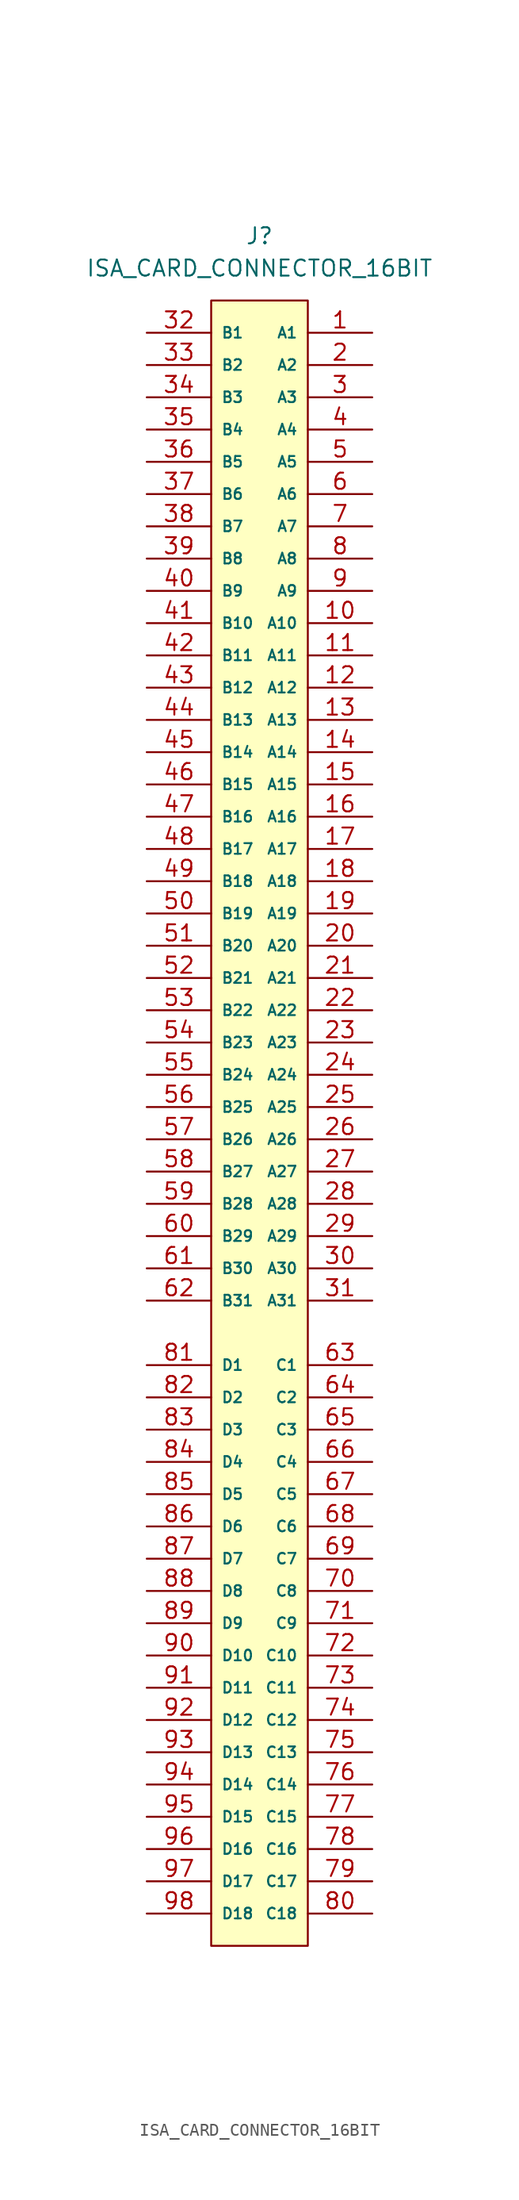
<source format=kicad_sym>
(kicad_symbol_lib
  (version 20241209)
  (generator "kicad_symbol_editor")
  (generator_version "9.0")
  (symbol "ISA_CARD_CONNECTOR_16BIT"
    (pin_names
      (offset 0.762))
    (property "Reference" "J"
      (at 0 5.08 0)
      (effects (font (size 1.27 1.27))))
    (property "Value" "ISA_CARD_CONNECTOR_16BIT"
      (at 0 2.54 0)
      (effects (font (size 1.27 1.27))))
    (symbol "ISA_CARD_CONNECTOR_16BIT_0_0"
      (pin passive line (at -8.89 -2.54 0) (length 5.08) (name "B1" (effects (font (size 0.838 0.838)))) (number "32" (effects (font (size 1.27 1.27)))))
      (pin passive line (at -8.89 -5.08 0) (length 5.08) (name "B2" (effects (font (size 0.838 0.838)))) (number "33" (effects (font (size 1.27 1.27)))))
      (pin passive line (at -8.89 -7.62 0) (length 5.08) (name "B3" (effects (font (size 0.838 0.838)))) (number "34" (effects (font (size 1.27 1.27)))))
      (pin passive line (at -8.89 -10.16 0) (length 5.08) (name "B4" (effects (font (size 0.838 0.838)))) (number "35" (effects (font (size 1.27 1.27)))))
      (pin passive line (at -8.89 -12.7 0) (length 5.08) (name "B5" (effects (font (size 0.838 0.838)))) (number "36" (effects (font (size 1.27 1.27)))))
      (pin passive line (at -8.89 -15.24 0) (length 5.08) (name "B6" (effects (font (size 0.838 0.838)))) (number "37" (effects (font (size 1.27 1.27)))))
      (pin passive line (at -8.89 -17.78 0) (length 5.08) (name "B7" (effects (font (size 0.838 0.838)))) (number "38" (effects (font (size 1.27 1.27)))))
      (pin passive line (at -8.89 -20.32 0) (length 5.08) (name "B8" (effects (font (size 0.838 0.838)))) (number "39" (effects (font (size 1.27 1.27)))))
      (pin passive line (at -8.89 -22.86 0) (length 5.08) (name "B9" (effects (font (size 0.838 0.838)))) (number "40" (effects (font (size 1.27 1.27)))))
      (pin passive line (at -8.89 -25.4 0) (length 5.08) (name "B10" (effects (font (size 0.838 0.838)))) (number "41" (effects (font (size 1.27 1.27)))))
      (pin passive line (at -8.89 -27.94 0) (length 5.08) (name "B11" (effects (font (size 0.838 0.838)))) (number "42" (effects (font (size 1.27 1.27)))))
      (pin passive line (at -8.89 -30.48 0) (length 5.08) (name "B12" (effects (font (size 0.838 0.838)))) (number "43" (effects (font (size 1.27 1.27)))))
      (pin passive line (at -8.89 -33.02 0) (length 5.08) (name "B13" (effects (font (size 0.838 0.838)))) (number "44" (effects (font (size 1.27 1.27)))))
      (pin passive line (at -8.89 -35.56 0) (length 5.08) (name "B14" (effects (font (size 0.838 0.838)))) (number "45" (effects (font (size 1.27 1.27)))))
      (pin passive line (at -8.89 -38.1 0) (length 5.08) (name "B15" (effects (font (size 0.838 0.838)))) (number "46" (effects (font (size 1.27 1.27)))))
      (pin passive line (at -8.89 -40.64 0) (length 5.08) (name "B16" (effects (font (size 0.838 0.838)))) (number "47" (effects (font (size 1.27 1.27)))))
      (pin passive line (at -8.89 -43.18 0) (length 5.08) (name "B17" (effects (font (size 0.838 0.838)))) (number "48" (effects (font (size 1.27 1.27)))))
      (pin passive line (at -8.89 -45.72 0) (length 5.08) (name "B18" (effects (font (size 0.838 0.838)))) (number "49" (effects (font (size 1.27 1.27)))))
      (pin passive line (at -8.89 -48.26 0) (length 5.08) (name "B19" (effects (font (size 0.838 0.838)))) (number "50" (effects (font (size 1.27 1.27)))))
      (pin passive line (at -8.89 -50.8 0) (length 5.08) (name "B20" (effects (font (size 0.838 0.838)))) (number "51" (effects (font (size 1.27 1.27)))))
      (pin passive line (at -8.89 -53.34 0) (length 5.08) (name "B21" (effects (font (size 0.838 0.838)))) (number "52" (effects (font (size 1.27 1.27)))))
      (pin passive line (at -8.89 -55.88 0) (length 5.08) (name "B22" (effects (font (size 0.838 0.838)))) (number "53" (effects (font (size 1.27 1.27)))))
      (pin passive line (at -8.89 -58.42 0) (length 5.08) (name "B23" (effects (font (size 0.838 0.838)))) (number "54" (effects (font (size 1.27 1.27)))))
      (pin passive line (at -8.89 -60.96 0) (length 5.08) (name "B24" (effects (font (size 0.838 0.838)))) (number "55" (effects (font (size 1.27 1.27)))))
      (pin passive line (at -8.89 -63.5 0) (length 5.08) (name "B25" (effects (font (size 0.838 0.838)))) (number "56" (effects (font (size 1.27 1.27)))))
      (pin passive line (at -8.89 -66.04 0) (length 5.08) (name "B26" (effects (font (size 0.838 0.838)))) (number "57" (effects (font (size 1.27 1.27)))))
      (pin passive line (at -8.89 -68.58 0) (length 5.08) (name "B27" (effects (font (size 0.838 0.838)))) (number "58" (effects (font (size 1.27 1.27)))))
      (pin passive line (at -8.89 -71.12 0) (length 5.08) (name "B28" (effects (font (size 0.838 0.838)))) (number "59" (effects (font (size 1.27 1.27)))))
      (pin passive line (at -8.89 -73.66 0) (length 5.08) (name "B29" (effects (font (size 0.838 0.838)))) (number "60" (effects (font (size 1.27 1.27)))))
      (pin passive line (at -8.89 -76.2 0) (length 5.08) (name "B30" (effects (font (size 0.838 0.838)))) (number "61" (effects (font (size 1.27 1.27)))))
      (pin passive line (at -8.89 -78.74 0) (length 5.08) (name "B31" (effects (font (size 0.838 0.838)))) (number "62" (effects (font (size 1.27 1.27)))))
      (pin passive line (at 8.89 -2.54 180) (length 5.08) (name "A1" (effects (font (size 0.838 0.838)))) (number "1" (effects (font (size 1.27 1.27)))))
      (pin passive line (at 8.89 -5.08 180) (length 5.08) (name "A2" (effects (font (size 0.838 0.838)))) (number "2" (effects (font (size 1.27 1.27)))))
      (pin passive line (at 8.89 -7.62 180) (length 5.08) (name "A3" (effects (font (size 0.838 0.838)))) (number "3" (effects (font (size 1.27 1.27)))))
      (pin passive line (at 8.89 -10.16 180) (length 5.08) (name "A4" (effects (font (size 0.838 0.838)))) (number "4" (effects (font (size 1.27 1.27)))))
      (pin passive line (at 8.89 -12.7 180) (length 5.08) (name "A5" (effects (font (size 0.838 0.838)))) (number "5" (effects (font (size 1.27 1.27)))))
      (pin passive line (at 8.89 -15.24 180) (length 5.08) (name "A6" (effects (font (size 0.838 0.838)))) (number "6" (effects (font (size 1.27 1.27)))))
      (pin passive line (at 8.89 -17.78 180) (length 5.08) (name "A7" (effects (font (size 0.838 0.838)))) (number "7" (effects (font (size 1.27 1.27)))))
      (pin passive line (at 8.89 -20.32 180) (length 5.08) (name "A8" (effects (font (size 0.838 0.838)))) (number "8" (effects (font (size 1.27 1.27)))))
      (pin passive line (at 8.89 -22.86 180) (length 5.08) (name "A9" (effects (font (size 0.838 0.838)))) (number "9" (effects (font (size 1.27 1.27)))))
      (pin passive line (at 8.89 -25.4 180) (length 5.08) (name "A10" (effects (font (size 0.838 0.838)))) (number "10" (effects (font (size 1.27 1.27)))))
      (pin passive line (at 8.89 -27.94 180) (length 5.08) (name "A11" (effects (font (size 0.838 0.838)))) (number "11" (effects (font (size 1.27 1.27)))))
      (pin passive line (at 8.89 -30.48 180) (length 5.08) (name "A12" (effects (font (size 0.838 0.838)))) (number "12" (effects (font (size 1.27 1.27)))))
      (pin passive line (at 8.89 -33.02 180) (length 5.08) (name "A13" (effects (font (size 0.838 0.838)))) (number "13" (effects (font (size 1.27 1.27)))))
      (pin passive line (at 8.89 -35.56 180) (length 5.08) (name "A14" (effects (font (size 0.838 0.838)))) (number "14" (effects (font (size 1.27 1.27)))))
      (pin passive line (at 8.89 -38.1 180) (length 5.08) (name "A15" (effects (font (size 0.838 0.838)))) (number "15" (effects (font (size 1.27 1.27)))))
      (pin passive line (at 8.89 -40.64 180) (length 5.08) (name "A16" (effects (font (size 0.838 0.838)))) (number "16" (effects (font (size 1.27 1.27)))))
      (pin passive line (at 8.89 -43.18 180) (length 5.08) (name "A17" (effects (font (size 0.838 0.838)))) (number "17" (effects (font (size 1.27 1.27)))))
      (pin passive line (at 8.89 -45.72 180) (length 5.08) (name "A18" (effects (font (size 0.838 0.838)))) (number "18" (effects (font (size 1.27 1.27)))))
      (pin passive line (at 8.89 -48.26 180) (length 5.08) (name "A19" (effects (font (size 0.838 0.838)))) (number "19" (effects (font (size 1.27 1.27)))))
      (pin passive line (at 8.89 -50.8 180) (length 5.08) (name "A20" (effects (font (size 0.838 0.838)))) (number "20" (effects (font (size 1.27 1.27)))))
      (pin passive line (at 8.89 -53.34 180) (length 5.08) (name "A21" (effects (font (size 0.838 0.838)))) (number "21" (effects (font (size 1.27 1.27)))))
      (pin passive line (at 8.89 -55.88 180) (length 5.08) (name "A22" (effects (font (size 0.838 0.838)))) (number "22" (effects (font (size 1.27 1.27)))))
      (pin passive line (at 8.89 -58.42 180) (length 5.08) (name "A23" (effects (font (size 0.838 0.838)))) (number "23" (effects (font (size 1.27 1.27)))))
      (pin passive line (at 8.89 -60.96 180) (length 5.08) (name "A24" (effects (font (size 0.838 0.838)))) (number "24" (effects (font (size 1.27 1.27)))))
      (pin passive line (at 8.89 -63.5 180) (length 5.08) (name "A25" (effects (font (size 0.838 0.838)))) (number "25" (effects (font (size 1.27 1.27)))))
      (pin passive line (at 8.89 -66.04 180) (length 5.08) (name "A26" (effects (font (size 0.838 0.838)))) (number "26" (effects (font (size 1.27 1.27)))))
      (pin passive line (at 8.89 -68.58 180) (length 5.08) (name "A27" (effects (font (size 0.838 0.838)))) (number "27" (effects (font (size 1.27 1.27)))))
      (pin passive line (at 8.89 -71.12 180) (length 5.08) (name "A28" (effects (font (size 0.838 0.838)))) (number "28" (effects (font (size 1.27 1.27)))))
      (pin passive line (at 8.89 -73.66 180) (length 5.08) (name "A29" (effects (font (size 0.838 0.838)))) (number "29" (effects (font (size 1.27 1.27)))))
      (pin passive line (at 8.89 -76.2 180) (length 5.08) (name "A30" (effects (font (size 0.838 0.838)))) (number "30" (effects (font (size 1.27 1.27)))))
      (pin passive line (at 8.89 -78.74 180) (length 5.08) (name "A31" (effects (font (size 0.838 0.838)))) (number "31" (effects (font (size 1.27 1.27))))))
    (symbol "ISA_CARD_CONNECTOR_16BIT_0_1"
      (rectangle (start -3.81 0) (end 3.81 -129.54) (stroke (width 0) (type solid)) (fill (type background))))
    (symbol "ISA_CARD_CONNECTOR_16BIT_1_1"
      (pin passive line (at -8.89 -83.82 0) (length 5.08) (name "D1" (effects (font (size 0.838 0.838)))) (number "81" (effects (font (size 1.27 1.27)))))
      (pin passive line (at -8.89 -86.36 0) (length 5.08) (name "D2" (effects (font (size 0.838 0.838)))) (number "82" (effects (font (size 1.27 1.27)))))
      (pin passive line (at -8.89 -88.9 0) (length 5.08) (name "D3" (effects (font (size 0.838 0.838)))) (number "83" (effects (font (size 1.27 1.27)))))
      (pin passive line (at -8.89 -91.44 0) (length 5.08) (name "D4" (effects (font (size 0.838 0.838)))) (number "84" (effects (font (size 1.27 1.27)))))
      (pin passive line (at -8.89 -93.98 0) (length 5.08) (name "D5" (effects (font (size 0.838 0.838)))) (number "85" (effects (font (size 1.27 1.27)))))
      (pin passive line (at -8.89 -96.52 0) (length 5.08) (name "D6" (effects (font (size 0.838 0.838)))) (number "86" (effects (font (size 1.27 1.27)))))
      (pin passive line (at -8.89 -99.06 0) (length 5.08) (name "D7" (effects (font (size 0.838 0.838)))) (number "87" (effects (font (size 1.27 1.27)))))
      (pin passive line (at -8.89 -101.6 0) (length 5.08) (name "D8" (effects (font (size 0.838 0.838)))) (number "88" (effects (font (size 1.27 1.27)))))
      (pin passive line (at -8.89 -104.14 0) (length 5.08) (name "D9" (effects (font (size 0.838 0.838)))) (number "89" (effects (font (size 1.27 1.27)))))
      (pin passive line (at -8.89 -106.68 0) (length 5.08) (name "D10" (effects (font (size 0.838 0.838)))) (number "90" (effects (font (size 1.27 1.27)))))
      (pin passive line (at -8.89 -109.22 0) (length 5.08) (name "D11" (effects (font (size 0.838 0.838)))) (number "91" (effects (font (size 1.27 1.27)))))
      (pin passive line (at -8.89 -111.76 0) (length 5.08) (name "D12" (effects (font (size 0.838 0.838)))) (number "92" (effects (font (size 1.27 1.27)))))
      (pin passive line (at -8.89 -114.3 0) (length 5.08) (name "D13" (effects (font (size 0.838 0.838)))) (number "93" (effects (font (size 1.27 1.27)))))
      (pin passive line (at -8.89 -116.84 0) (length 5.08) (name "D14" (effects (font (size 0.838 0.838)))) (number "94" (effects (font (size 1.27 1.27)))))
      (pin passive line (at -8.89 -119.38 0) (length 5.08) (name "D15" (effects (font (size 0.838 0.838)))) (number "95" (effects (font (size 1.27 1.27)))))
      (pin passive line (at -8.89 -121.92 0) (length 5.08) (name "D16" (effects (font (size 0.838 0.838)))) (number "96" (effects (font (size 1.27 1.27)))))
      (pin passive line (at -8.89 -124.46 0) (length 5.08) (name "D17" (effects (font (size 0.838 0.838)))) (number "97" (effects (font (size 1.27 1.27)))))
      (pin passive line (at -8.89 -127 0) (length 5.08) (name "D18" (effects (font (size 0.838 0.838)))) (number "98" (effects (font (size 1.27 1.27)))))
      (pin passive line (at 8.89 -83.82 180) (length 5.08) (name "C1" (effects (font (size 0.838 0.838)))) (number "63" (effects (font (size 1.27 1.27)))))
      (pin passive line (at 8.89 -86.36 180) (length 5.08) (name "C2" (effects (font (size 0.838 0.838)))) (number "64" (effects (font (size 1.27 1.27)))))
      (pin passive line (at 8.89 -88.9 180) (length 5.08) (name "C3" (effects (font (size 0.838 0.838)))) (number "65" (effects (font (size 1.27 1.27)))))
      (pin passive line (at 8.89 -91.44 180) (length 5.08) (name "C4" (effects (font (size 0.838 0.838)))) (number "66" (effects (font (size 1.27 1.27)))))
      (pin passive line (at 8.89 -93.98 180) (length 5.08) (name "C5" (effects (font (size 0.838 0.838)))) (number "67" (effects (font (size 1.27 1.27)))))
      (pin passive line (at 8.89 -96.52 180) (length 5.08) (name "C6" (effects (font (size 0.838 0.838)))) (number "68" (effects (font (size 1.27 1.27)))))
      (pin passive line (at 8.89 -99.06 180) (length 5.08) (name "C7" (effects (font (size 0.838 0.838)))) (number "69" (effects (font (size 1.27 1.27)))))
      (pin passive line (at 8.89 -101.6 180) (length 5.08) (name "C8" (effects (font (size 0.838 0.838)))) (number "70" (effects (font (size 1.27 1.27)))))
      (pin passive line (at 8.89 -104.14 180) (length 5.08) (name "C9" (effects (font (size 0.838 0.838)))) (number "71" (effects (font (size 1.27 1.27)))))
      (pin passive line (at 8.89 -106.68 180) (length 5.08) (name "C10" (effects (font (size 0.838 0.838)))) (number "72" (effects (font (size 1.27 1.27)))))
      (pin passive line (at 8.89 -109.22 180) (length 5.08) (name "C11" (effects (font (size 0.838 0.838)))) (number "73" (effects (font (size 1.27 1.27)))))
      (pin passive line (at 8.89 -111.76 180) (length 5.08) (name "C12" (effects (font (size 0.838 0.838)))) (number "74" (effects (font (size 1.27 1.27)))))
      (pin passive line (at 8.89 -114.3 180) (length 5.08) (name "C13" (effects (font (size 0.838 0.838)))) (number "75" (effects (font (size 1.27 1.27)))))
      (pin passive line (at 8.89 -116.84 180) (length 5.08) (name "C14" (effects (font (size 0.838 0.838)))) (number "76" (effects (font (size 1.27 1.27)))))
      (pin passive line (at 8.89 -119.38 180) (length 5.08) (name "C15" (effects (font (size 0.838 0.838)))) (number "77" (effects (font (size 1.27 1.27)))))
      (pin passive line (at 8.89 -121.92 180) (length 5.08) (name "C16" (effects (font (size 0.838 0.838)))) (number "78" (effects (font (size 1.27 1.27)))))
      (pin passive line (at 8.89 -124.46 180) (length 5.08) (name "C17" (effects (font (size 0.838 0.838)))) (number "79" (effects (font (size 1.27 1.27)))))
      (pin passive line (at 8.89 -127 180) (length 5.08) (name "C18" (effects (font (size 0.838 0.838)))) (number "80" (effects (font (size 1.27 1.27))))))))
</source>
